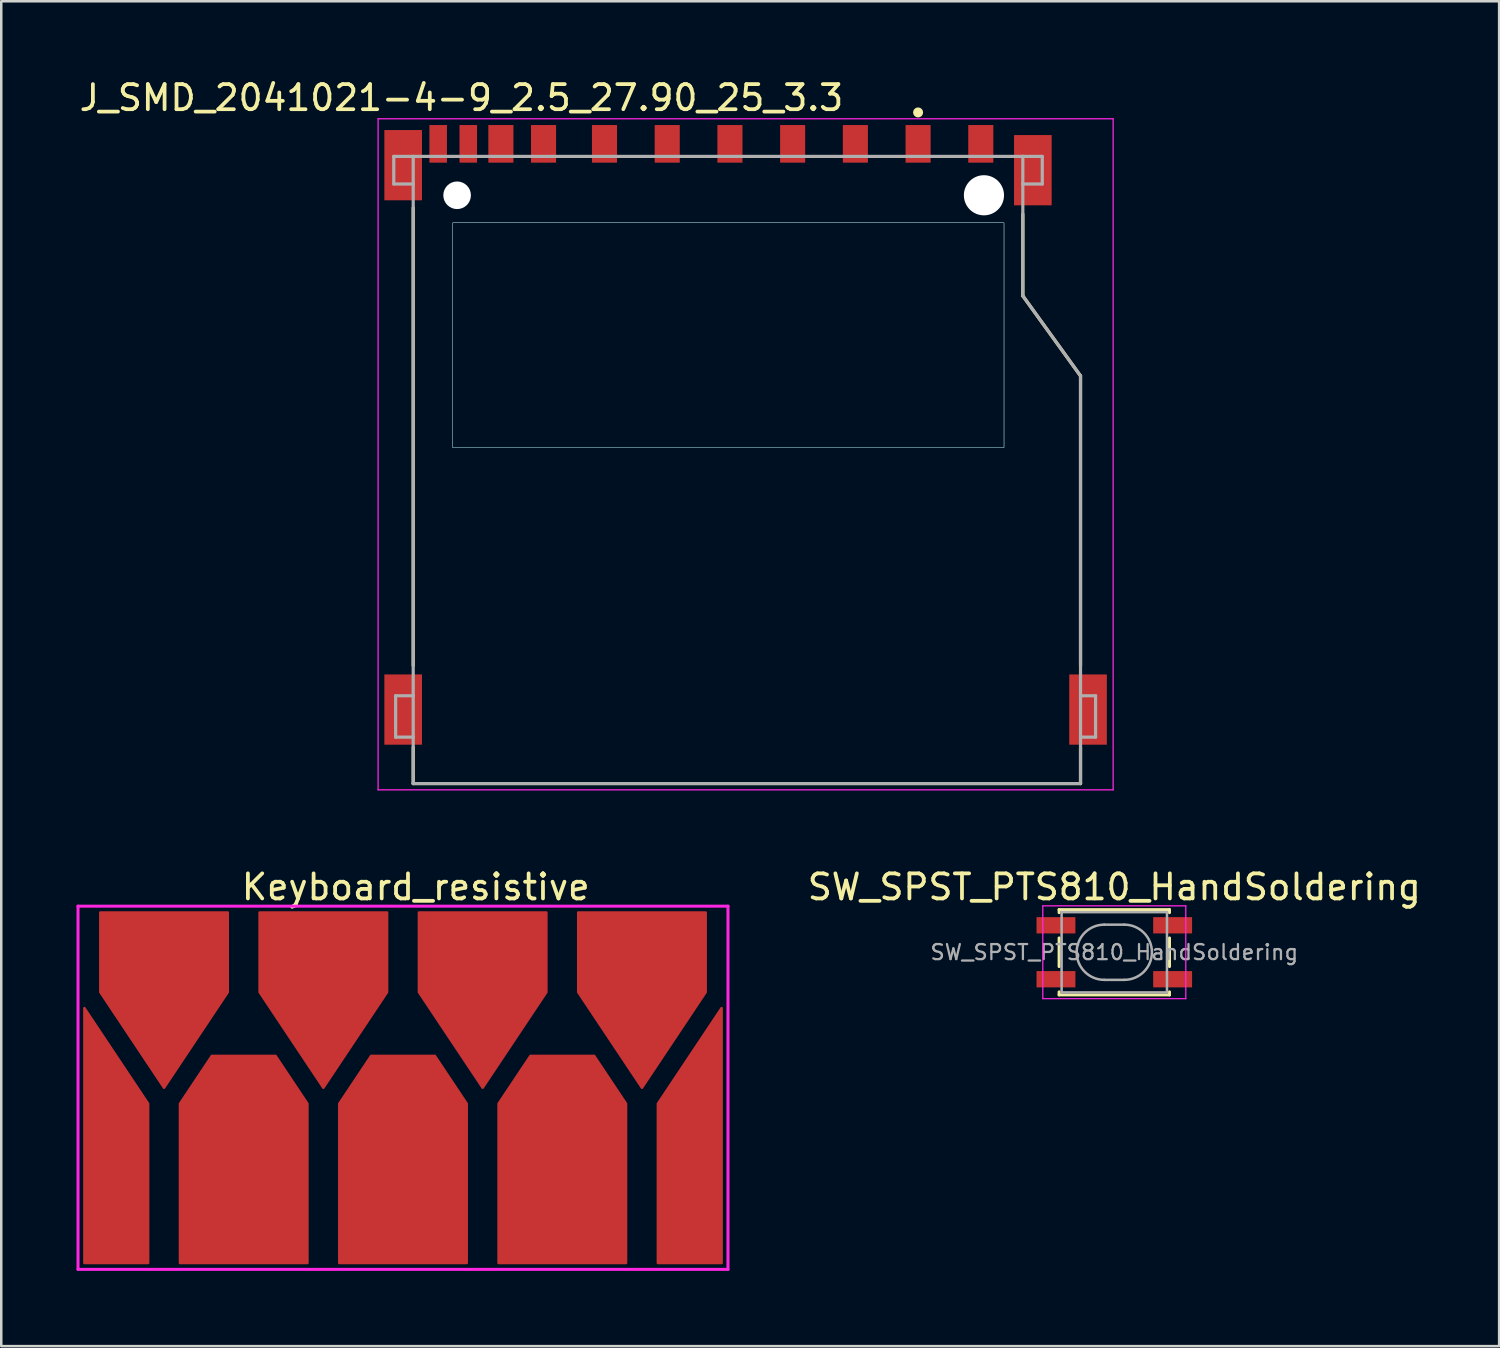
<source format=kicad_pcb>
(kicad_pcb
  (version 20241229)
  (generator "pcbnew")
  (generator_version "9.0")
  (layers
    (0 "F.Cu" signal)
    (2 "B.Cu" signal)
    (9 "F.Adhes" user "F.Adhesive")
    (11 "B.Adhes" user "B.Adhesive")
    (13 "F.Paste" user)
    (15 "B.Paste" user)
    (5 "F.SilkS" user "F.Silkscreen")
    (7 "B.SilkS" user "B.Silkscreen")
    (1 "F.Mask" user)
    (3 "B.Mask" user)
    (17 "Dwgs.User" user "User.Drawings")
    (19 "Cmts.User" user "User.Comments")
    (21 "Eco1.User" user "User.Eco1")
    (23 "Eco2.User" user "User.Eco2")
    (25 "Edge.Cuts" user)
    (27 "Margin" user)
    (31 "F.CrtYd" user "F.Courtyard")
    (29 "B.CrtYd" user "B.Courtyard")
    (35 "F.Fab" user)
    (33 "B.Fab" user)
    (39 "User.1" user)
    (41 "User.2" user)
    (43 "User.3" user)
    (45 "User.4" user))
  (footprint "J_SMD_2041021-4-9_2.5_27.90_25_3.3"
    (layer "F.Cu")
    (at 26.671 4.734)
    (property "Reference" "J_SMD_2041021-4-9_2.5_27.90_25_3.3" (at -11.328 -3.886 0) (layer "F.SilkS") (effects (font (size 1 1) (thickness 0.15))))
    (attr through_hole)
    (fp_line (start -13.25 0.5) (end -13.25 18.75) (stroke (width 0.127) (type solid)) (layer "F.SilkS"))
    (fp_line (start -13.25 22) (end -13.25 23.45) (stroke (width 0.127) (type solid)) (layer "F.SilkS"))
    (fp_line (start -13.25 23.45) (end 13.35 23.45) (stroke (width 0.127) (type solid)) (layer "F.SilkS"))
    (fp_line (start 11.05 0.75) (end 11.05 4.01) (stroke (width 0.127) (type solid)) (layer "F.SilkS"))
    (fp_line (start 13.35 7.2) (end 11.05 4.01) (stroke (width 0.127) (type solid)) (layer "F.SilkS"))
    (fp_line (start 13.35 7.2) (end 13.35 18.75) (stroke (width 0.127) (type solid)) (layer "F.SilkS"))
    (fp_line (start 13.35 23.45) (end 13.35 22) (stroke (width 0.127) (type solid)) (layer "F.SilkS"))
    (fp_circle (center 6.875 -3.302) (end 6.975 -3.302) (stroke (width 0.2) (type solid)) (fill no) (layer "F.SilkS"))
    (fp_poly (pts (xy -11.675 1.1) (xy 10.3 1.1) (xy 10.3 10.054) (xy -11.675 10.054)) (stroke (width 0.01) (type solid)) (fill no) (layer "Dwgs.User"))
    (fp_poly (pts (xy -11.673 1.1) (xy 10.3 1.1) (xy 10.3 10.053) (xy -11.673 10.053)) (stroke (width 0.01) (type solid)) (fill no) (layer "Dwgs.User"))
    (fp_poly (pts (xy -11.687 1.1) (xy 10.3 1.1) (xy 10.3 10.064) (xy -11.687 10.064)) (stroke (width 0.01) (type solid)) (fill no) (layer "B.CrtYd"))
    (fp_line (start -14.65 -3.05) (end 14.65 -3.05) (stroke (width 0.05) (type solid)) (layer "F.CrtYd"))
    (fp_line (start -14.65 23.7) (end -14.65 -3.05) (stroke (width 0.05) (type solid)) (layer "F.CrtYd"))
    (fp_line (start 14.65 -3.05) (end 14.65 23.7) (stroke (width 0.05) (type solid)) (layer "F.CrtYd"))
    (fp_line (start 14.65 23.7) (end -14.65 23.7) (stroke (width 0.05) (type solid)) (layer "F.CrtYd"))
    (fp_line (start -14.025 -1.55) (end -14.025 -0.45) (stroke (width 0.127) (type solid)) (layer "F.Fab"))
    (fp_line (start -14.025 -0.45) (end -13.25 -0.45) (stroke (width 0.127) (type solid)) (layer "F.Fab"))
    (fp_line (start -13.95 19.95) (end -13.95 21.6) (stroke (width 0.127) (type solid)) (layer "F.Fab"))
    (fp_line (start -13.95 19.95) (end -13.25 19.95) (stroke (width 0.127) (type solid)) (layer "F.Fab"))
    (fp_line (start -13.95 21.6) (end -13.25 21.6) (stroke (width 0.127) (type solid)) (layer "F.Fab"))
    (fp_line (start -13.25 -1.55) (end -14.025 -1.55) (stroke (width 0.127) (type solid)) (layer "F.Fab"))
    (fp_line (start -13.25 -1.55) (end -13.25 -0.45) (stroke (width 0.127) (type solid)) (layer "F.Fab"))
    (fp_line (start -13.25 -0.45) (end -13.25 19.95) (stroke (width 0.127) (type solid)) (layer "F.Fab"))
    (fp_line (start -13.25 19.95) (end -13.25 21.6) (stroke (width 0.127) (type solid)) (layer "F.Fab"))
    (fp_line (start -13.25 21.6) (end -13.25 23.45) (stroke (width 0.127) (type solid)) (layer "F.Fab"))
    (fp_line (start -13.25 23.45) (end 13.35 23.45) (stroke (width 0.127) (type solid)) (layer "F.Fab"))
    (fp_line (start 11.05 -1.55) (end -13.25 -1.55) (stroke (width 0.127) (type solid)) (layer "F.Fab"))
    (fp_line (start 11.05 -1.55) (end 11.825 -1.55) (stroke (width 0.127) (type solid)) (layer "F.Fab"))
    (fp_line (start 11.05 -0.45) (end 11.05 -1.55) (stroke (width 0.127) (type solid)) (layer "F.Fab"))
    (fp_line (start 11.05 4.01) (end 11.05 -0.45) (stroke (width 0.127) (type solid)) (layer "F.Fab"))
    (fp_line (start 11.825 -1.55) (end 11.825 -0.45) (stroke (width 0.127) (type solid)) (layer "F.Fab"))
    (fp_line (start 11.825 -0.45) (end 11.05 -0.45) (stroke (width 0.127) (type solid)) (layer "F.Fab"))
    (fp_line (start 13.35 7.2) (end 11.05 4.01) (stroke (width 0.127) (type solid)) (layer "F.Fab"))
    (fp_line (start 13.35 19.95) (end 13.35 7.2) (stroke (width 0.127) (type solid)) (layer "F.Fab"))
    (fp_line (start 13.35 19.95) (end 13.95 19.95) (stroke (width 0.127) (type solid)) (layer "F.Fab"))
    (fp_line (start 13.35 21.6) (end 13.35 19.95) (stroke (width 0.127) (type solid)) (layer "F.Fab"))
    (fp_line (start 13.35 23.45) (end 13.35 21.6) (stroke (width 0.127) (type solid)) (layer "F.Fab"))
    (fp_line (start 13.95 19.95) (end 13.95 21.6) (stroke (width 0.127) (type solid)) (layer "F.Fab"))
    (fp_line (start 13.95 21.6) (end 13.35 21.6) (stroke (width 0.127) (type solid)) (layer "F.Fab"))
    (pad "" np_thru_hole circle (at -11.5 0) (size 1.1 1.1) (drill 1.1) (layers "*.Cu" "*.Mask"))
    (pad "" np_thru_hole circle (at 9.5 0) (size 1.6 1.6) (drill 1.6) (layers "*.Cu" "*.Mask"))
    (pad "1" smd rect (at 6.875 -2.05) (size 1 1.5) (layers "F.Cu" "F.Mask" "F.Paste"))
    (pad "2" smd rect (at 4.375 -2.05) (size 1 1.5) (layers "F.Cu" "F.Mask" "F.Paste"))
    (pad "3" smd rect (at 1.875 -2.05) (size 1 1.5) (layers "F.Cu" "F.Mask" "F.Paste"))
    (pad "4" smd rect (at -0.625 -2.05) (size 1 1.5) (layers "F.Cu" "F.Mask" "F.Paste"))
    (pad "5" smd rect (at -3.125 -2.05) (size 1 1.5) (layers "F.Cu" "F.Mask" "F.Paste"))
    (pad "6" smd rect (at -5.625 -2.05) (size 1 1.5) (layers "F.Cu" "F.Mask" "F.Paste"))
    (pad "7" smd rect (at -8.055 -2.05) (size 1 1.5) (layers "F.Cu" "F.Mask" "F.Paste"))
    (pad "8" smd rect (at -9.755 -2.05) (size 1 1.5) (layers "F.Cu" "F.Mask" "F.Paste"))
    (pad "9" smd rect (at 9.375 -2.05) (size 1 1.5) (layers "F.Cu" "F.Mask" "F.Paste"))
    (pad "CARD" smd rect (at -11.055 -2.05) (size 0.7 1.5) (layers "F.Cu" "F.Mask" "F.Paste"))
    (pad "G1" smd rect (at -13.65 -1.2) (size 1.5 2.8) (layers "F.Cu" "F.Mask" "F.Paste"))
    (pad "G2" smd rect (at 11.45 -1) (size 1.5 2.8) (layers "F.Cu" "F.Mask" "F.Paste"))
    (pad "G3" smd rect (at 13.65 20.5) (size 1.5 2.8) (layers "F.Cu" "F.Mask" "F.Paste"))
    (pad "G4" smd rect (at -13.65 20.5) (size 1.5 2.8) (layers "F.Cu" "F.Mask" "F.Paste"))
    (pad "WRITE" smd rect (at -12.255 -2.05) (size 0.7 1.5) (layers "F.Cu" "F.Mask" "F.Paste")))
  (footprint "Keyboard_resistive"
    (layer "F.Cu")
    (at 4.124 40.944)
    (property "Reference" "Keyboard_resistive" (at 9.398 -8.636 0) (layer "F.SilkS") (effects (font (size 1 1) (thickness 0.15))))
    (attr through_hole)
    (fp_poly (pts (xy -1.27 6.35) (xy -3.81 6.35) (xy -3.81 -3.81) (xy -1.27 0)) (stroke (width 0.1) (type solid)) (fill yes) (layer "F.Cu"))
    (fp_poly (pts (xy 19.05 6.35) (xy 21.59 6.35) (xy 21.59 -3.81) (xy 19.05 0)) (stroke (width 0.1) (type solid)) (fill yes) (layer "F.Cu"))
    (fp_poly (pts (xy -3.175 -7.62) (xy 1.905 -7.62) (xy 1.905 -4.445) (xy -0.635 -0.635) (xy -3.175 -4.445)) (stroke (width 0.1) (type solid)) (fill yes) (layer "F.Cu"))
    (fp_poly (pts (xy 3.175 -7.62) (xy 8.255 -7.62) (xy 8.255 -4.445) (xy 5.715 -0.635) (xy 3.175 -4.445)) (stroke (width 0.1) (type solid)) (fill yes) (layer "F.Cu"))
    (fp_poly (pts (xy 9.525 -7.62) (xy 14.605 -7.62) (xy 14.605 -4.445) (xy 12.065 -0.635) (xy 9.525 -4.445)) (stroke (width 0.1) (type solid)) (fill yes) (layer "F.Cu"))
    (fp_poly (pts (xy 15.875 -7.62) (xy 20.955 -7.62) (xy 20.955 -4.445) (xy 18.415 -0.635) (xy 15.875 -4.445)) (stroke (width 0.1) (type solid)) (fill yes) (layer "F.Cu"))
    (fp_poly (pts (xy 5.08 6.35) (xy 0 6.35) (xy 0 0) (xy 1.27 -1.905) (xy 2.54 -1.905) (xy 3.81 -1.905) (xy 5.08 0)) (stroke (width 0.1) (type solid)) (fill yes) (layer "F.Cu"))
    (fp_poly (pts (xy 11.43 6.35) (xy 6.35 6.35) (xy 6.35 0) (xy 7.62 -1.905) (xy 8.89 -1.905) (xy 10.16 -1.905) (xy 11.43 0)) (stroke (width 0.1) (type solid)) (fill yes) (layer "F.Cu"))
    (fp_poly (pts (xy 17.78 6.35) (xy 12.7 6.35) (xy 12.7 0) (xy 13.97 -1.905) (xy 15.24 -1.905) (xy 16.51 -1.905) (xy 17.78 0)) (stroke (width 0.1) (type solid)) (fill yes) (layer "F.Cu"))
    (fp_poly (pts (xy 21.844 6.604) (xy -4.064 6.604) (xy -4.064 -7.874) (xy 21.844 -7.874)) (stroke (width 0.1) (type solid)) (fill yes) (layer "F.Mask"))
    (fp_line (start -4.064 -7.874) (end 21.844 -7.874) (stroke (width 0.12) (type solid)) (layer "F.CrtYd"))
    (fp_line (start -4.064 6.604) (end -4.064 -7.874) (stroke (width 0.12) (type solid)) (layer "F.CrtYd"))
    (fp_line (start 21.844 -7.874) (end 21.844 6.604) (stroke (width 0.12) (type solid)) (layer "F.CrtYd"))
    (fp_line (start 21.844 6.604) (end -4.064 6.604) (stroke (width 0.12) (type solid)) (layer "F.CrtYd"))
    (pad "1" smd circle (at -0.635 -6.985) (size 1.2 1.2) (layers "F.Cu" "F.Mask"))
    (pad "2" smd circle (at 5.715 -6.985) (size 1.2 1.2) (layers "F.Cu" "F.Mask"))
    (pad "3" smd circle (at 12.065 -6.985) (size 1.2 1.2) (layers "F.Cu" "F.Mask"))
    (pad "4" smd circle (at 18.415 -6.985) (size 1.2 1.2) (layers "F.Cu" "F.Mask"))
    (pad "5" smd circle (at -3.175 0) (size 1.2 1.2) (layers "F.Cu" "F.Mask"))
    (pad "6" smd circle (at 2.54 -1.27) (size 1.2 1.2) (layers "F.Cu" "F.Mask"))
    (pad "7" smd circle (at 8.89 -1.27) (size 1.2 1.2) (layers "F.Cu" "F.Mask"))
    (pad "8" smd circle (at 15.24 -1.27) (size 1.2 1.2) (layers "F.Cu" "F.Mask"))
    (pad "9" smd circle (at 20.955 0) (size 1.2 1.2) (layers "F.Cu" "F.Mask")))
  (footprint "SW_SPST_PTS810_HandSoldering"
    (layer "F.Cu")
    (at 41.367 34.908)
    (property "Reference" "SW_SPST_PTS810_HandSoldering" (at 0 -2.6 0) (layer "F.SilkS") (effects (font (size 1 1) (thickness 0.15))))
    (attr smd)
    (fp_line (start -2.2 -1.7) (end -2.2 -1.58) (stroke (width 0.12) (type solid)) (layer "F.SilkS"))
    (fp_line (start -2.2 -0.57) (end -2.2 0.57) (stroke (width 0.12) (type solid)) (layer "F.SilkS"))
    (fp_line (start -2.2 1.58) (end -2.2 1.7) (stroke (width 0.12) (type solid)) (layer "F.SilkS"))
    (fp_line (start -2.2 1.7) (end 2.2 1.7) (stroke (width 0.12) (type solid)) (layer "F.SilkS"))
    (fp_line (start 2.2 -1.7) (end -2.2 -1.7) (stroke (width 0.12) (type solid)) (layer "F.SilkS"))
    (fp_line (start 2.2 -1.58) (end 2.2 -1.7) (stroke (width 0.12) (type solid)) (layer "F.SilkS"))
    (fp_line (start 2.2 0.57) (end 2.2 -0.57) (stroke (width 0.12) (type solid)) (layer "F.SilkS"))
    (fp_line (start 2.2 1.7) (end 2.2 1.58) (stroke (width 0.12) (type solid)) (layer "F.SilkS"))
    (fp_line (start -2.85 -1.85) (end 2.85 -1.85) (stroke (width 0.05) (type solid)) (layer "F.CrtYd"))
    (fp_line (start -2.85 1.85) (end -2.85 -1.85) (stroke (width 0.05) (type solid)) (layer "F.CrtYd"))
    (fp_line (start 2.85 -1.85) (end 2.85 1.85) (stroke (width 0.05) (type solid)) (layer "F.CrtYd"))
    (fp_line (start 2.85 1.85) (end -2.85 1.85) (stroke (width 0.05) (type solid)) (layer "F.CrtYd"))
    (fp_line (start -2.1 -1.6) (end -2.1 1.6) (stroke (width 0.1) (type solid)) (layer "F.Fab"))
    (fp_line (start -2.1 1.6) (end 2.1 1.6) (stroke (width 0.1) (type solid)) (layer "F.Fab"))
    (fp_line (start -0.4 -1.1) (end 0.4 -1.1) (stroke (width 0.1) (type solid)) (layer "F.Fab"))
    (fp_line (start 0.4 1.1) (end -0.4 1.1) (stroke (width 0.1) (type solid)) (layer "F.Fab"))
    (fp_line (start 2.1 -1.6) (end -2.1 -1.6) (stroke (width 0.1) (type solid)) (layer "F.Fab"))
    (fp_line (start 2.1 1.6) (end 2.1 -1.6) (stroke (width 0.1) (type solid)) (layer "F.Fab"))
    (fp_arc (start -0.4 1.1) (mid -1.5 0) (end -0.4 -1.1) (stroke (width 0.1) (type solid)) (layer "F.Fab"))
    (fp_arc (start 0.4 -1.1) (mid 1.5 0) (end 0.4 1.1) (stroke (width 0.1) (type solid)) (layer "F.Fab"))
    (fp_text user "${REFERENCE}" (at 0 0 0) (layer "F.Fab") (effects (font (size 0.6 0.6) (thickness 0.09))))
    (pad "1" smd rect (at -2.325 -1.075) (size 1.55 0.65) (layers "F.Cu" "F.Mask" "F.Paste"))
    (pad "1" smd rect (at 2.325 -1.075) (size 1.55 0.65) (layers "F.Cu" "F.Mask" "F.Paste"))
    (pad "2" smd rect (at -2.325 1.075) (size 1.55 0.65) (layers "F.Cu" "F.Mask" "F.Paste"))
    (pad "2" smd rect (at 2.325 1.075) (size 1.55 0.65) (layers "F.Cu" "F.Mask" "F.Paste")))
  (gr_rect
    (start -3 -3)
    (end 56.707 50.608)
    (stroke (width 0.1) (type default))
    (fill no)
    (layer "Edge.Cuts")))
</source>
